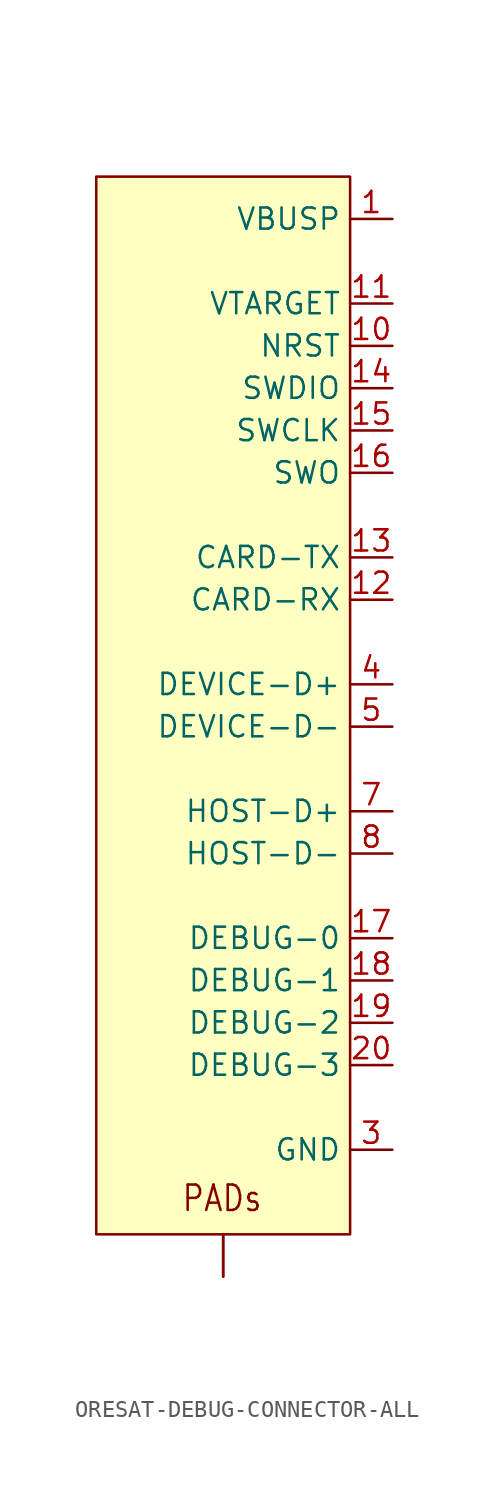
<source format=kicad_sym>
(kicad_symbol_lib
  (version 20241209)
  (generator "kicad_symbol_editor")
  (generator_version "9.0")
  (symbol "ORESAT-DEBUG-CONNECTOR-ALL"
    (property "Reference" "J"
      (at -2.54 31.75 0)
      (effects (font (size 2.083 1.77)) (justify left bottom) (hide yes)))
    (symbol "ORESAT-DEBUG-CONNECTOR-ALL_1_0"
      (text "PADs" (at -1.27 -31.75 0) (effects (font (size 1.524 1.295)) (justify left bottom)))
      (pin passive line (at 1.27 -35.56 90) (length 2.54) (name "PAD" (effects (font (size 0 0)))) (number "PAD1" (effects (font (size 0 0)))))
      (pin passive line (at 1.27 -35.56 90) (length 2.54) (name "PAD" (effects (font (size 0 0)))) (number "PAD2" (effects (font (size 0 0)))))
      (pin passive line (at 11.43 27.94 180) (length 2.54) (name "VBUSP" (effects (font (size 1.27 1.27)))) (number "1" (effects (font (size 1.27 1.27)))))
      (pin passive line (at 11.43 27.94 180) (length 2.54) (hide yes) (name "VBUSP" (effects (font (size 1.27 1.27)))) (number "2" (effects (font (size 1.27 1.27)))))
      (pin input line (at 11.43 22.86 180) (length 2.54) (name "VTARGET" (effects (font (size 1.27 1.27)))) (number "11" (effects (font (size 1.27 1.27)))))
      (pin passive line (at 11.43 20.32 180) (length 2.54) (name "NRST" (effects (font (size 1.27 1.27)))) (number "10" (effects (font (size 1.27 1.27)))))
      (pin passive line (at 11.43 17.78 180) (length 2.54) (name "SWDIO" (effects (font (size 1.27 1.27)))) (number "14" (effects (font (size 1.27 1.27)))))
      (pin passive line (at 11.43 15.24 180) (length 2.54) (name "SWCLK" (effects (font (size 1.27 1.27)))) (number "15" (effects (font (size 1.27 1.27)))))
      (pin passive line (at 11.43 12.7 180) (length 2.54) (name "SWO" (effects (font (size 1.27 1.27)))) (number "16" (effects (font (size 1.27 1.27)))))
      (pin input line (at 11.43 7.62 180) (length 2.54) (name "CARD-TX" (effects (font (size 1.27 1.27)))) (number "13" (effects (font (size 1.27 1.27)))))
      (pin output line (at 11.43 5.08 180) (length 2.54) (name "CARD-RX" (effects (font (size 1.27 1.27)))) (number "12" (effects (font (size 1.27 1.27)))))
      (pin passive line (at 11.43 0 180) (length 2.54) (name "DEVICE-D+" (effects (font (size 1.27 1.27)))) (number "4" (effects (font (size 1.27 1.27)))))
      (pin passive line (at 11.43 -2.54 180) (length 2.54) (name "DEVICE-D-" (effects (font (size 1.27 1.27)))) (number "5" (effects (font (size 1.27 1.27)))))
      (pin passive line (at 11.43 -7.62 180) (length 2.54) (name "HOST-D+" (effects (font (size 1.27 1.27)))) (number "7" (effects (font (size 1.27 1.27)))))
      (pin passive line (at 11.43 -10.16 180) (length 2.54) (name "HOST-D-" (effects (font (size 1.27 1.27)))) (number "8" (effects (font (size 1.27 1.27)))))
      (pin passive line (at 11.43 -15.24 180) (length 2.54) (name "DEBUG-0" (effects (font (size 1.27 1.27)))) (number "17" (effects (font (size 1.27 1.27)))))
      (pin passive line (at 11.43 -17.78 180) (length 2.54) (name "DEBUG-1" (effects (font (size 1.27 1.27)))) (number "18" (effects (font (size 1.27 1.27)))))
      (pin passive line (at 11.43 -20.32 180) (length 2.54) (name "DEBUG-2" (effects (font (size 1.27 1.27)))) (number "19" (effects (font (size 1.27 1.27)))))
      (pin passive line (at 11.43 -22.86 180) (length 2.54) (name "DEBUG-3" (effects (font (size 1.27 1.27)))) (number "20" (effects (font (size 1.27 1.27)))))
      (pin passive line (at 11.43 -27.94 180) (length 2.54) (name "GND" (effects (font (size 1.27 1.27)))) (number "3" (effects (font (size 1.27 1.27)))))
      (pin passive line (at 11.43 -27.94 180) (length 2.54) (hide yes) (name "GND" (effects (font (size 1.27 1.27)))) (number "6" (effects (font (size 1.27 1.27)))))
      (pin passive line (at 11.43 -27.94 180) (length 2.54) (hide yes) (name "GND" (effects (font (size 1.27 1.27)))) (number "9" (effects (font (size 1.27 1.27))))))
    (symbol "ORESAT-DEBUG-CONNECTOR-ALL_1_1"
      (rectangle (start -6.35 30.48) (end 8.89 -33.02) (stroke (width 0) (type solid)) (fill (type color) (color 255 255 194 1))))))
</source>
